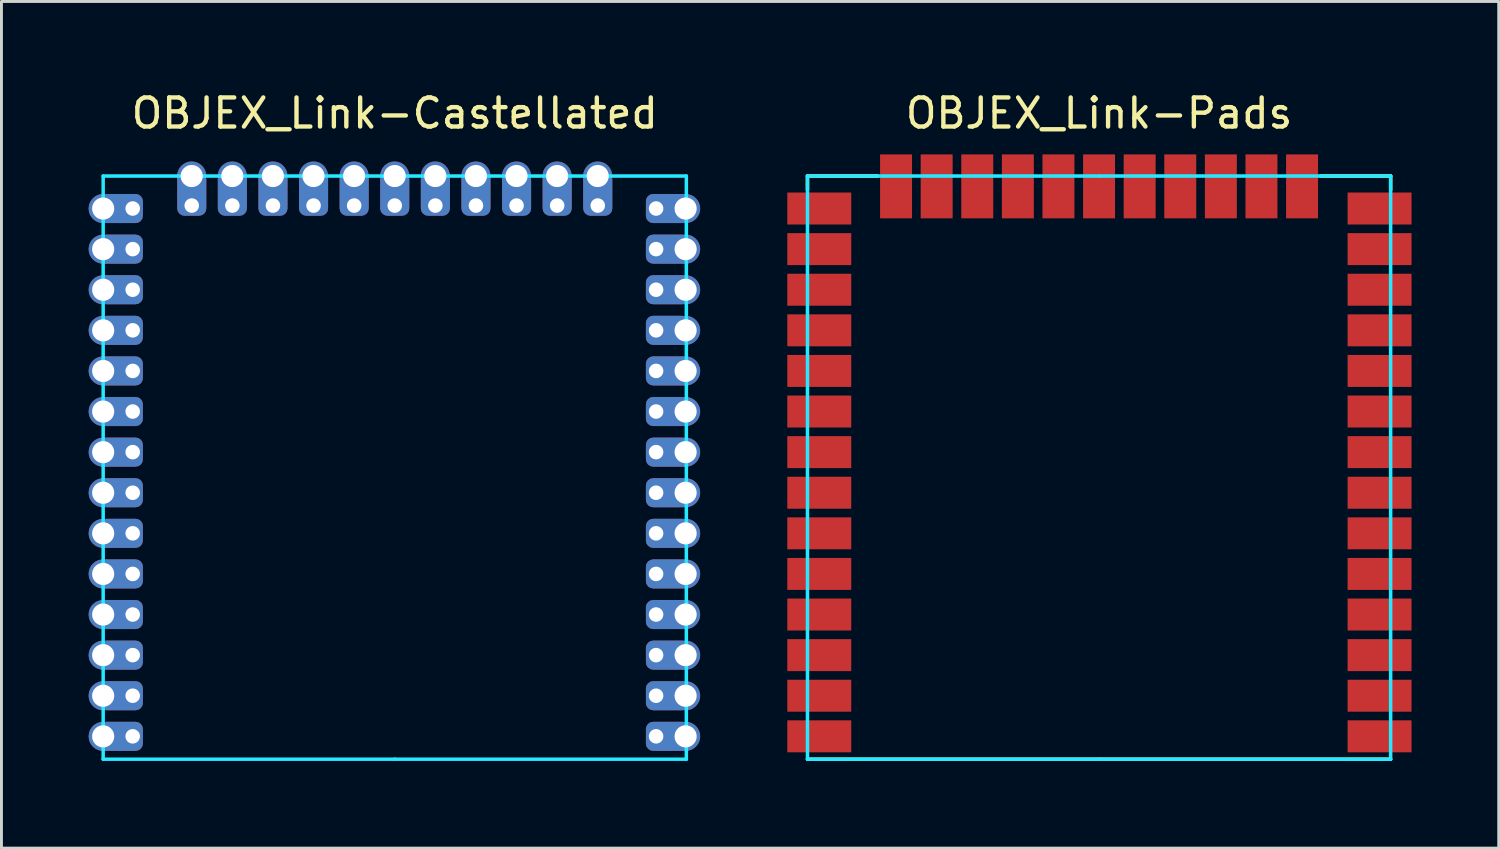
<source format=kicad_pcb>
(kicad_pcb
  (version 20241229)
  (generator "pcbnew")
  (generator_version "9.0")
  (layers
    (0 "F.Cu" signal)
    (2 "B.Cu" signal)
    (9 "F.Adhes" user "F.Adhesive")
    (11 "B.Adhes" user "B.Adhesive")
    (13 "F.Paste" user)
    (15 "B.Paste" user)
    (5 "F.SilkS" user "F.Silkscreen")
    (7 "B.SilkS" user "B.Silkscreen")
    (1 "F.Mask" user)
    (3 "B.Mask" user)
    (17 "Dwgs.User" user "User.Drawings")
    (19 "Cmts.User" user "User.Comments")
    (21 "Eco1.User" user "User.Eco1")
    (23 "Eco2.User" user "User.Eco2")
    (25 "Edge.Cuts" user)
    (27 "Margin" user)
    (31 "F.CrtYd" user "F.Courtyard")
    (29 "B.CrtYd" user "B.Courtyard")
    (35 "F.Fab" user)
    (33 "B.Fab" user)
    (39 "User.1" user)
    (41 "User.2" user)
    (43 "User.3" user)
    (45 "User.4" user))
  (footprint "OBJEX_Link-Castellated"
    (layer "F.Cu")
    (at 10.533 2.626)
    (property "Reference" "OBJEX_Link-Castellated" (at 0 -1.778 180) (layer "F.SilkS") (effects (font (size 1 1) (thickness 0.15))))
    (attr through_hole)
    (fp_line (start -10.033 0.381) (end -10.033 20.447) (stroke (width 0.12) (type solid)) (layer "B.CrtYd"))
    (fp_line (start -10.033 0.381) (end 0 0.381) (stroke (width 0.12) (type solid)) (layer "B.CrtYd"))
    (fp_line (start -10.033 20.447) (end 0 20.447) (stroke (width 0.12) (type solid)) (layer "B.CrtYd"))
    (fp_line (start 0 0.381) (end 10.033 0.381) (stroke (width 0.12) (type solid)) (layer "B.CrtYd"))
    (fp_line (start 0 20.447) (end 10.033 20.447) (stroke (width 0.12) (type solid)) (layer "B.CrtYd"))
    (fp_line (start 10.033 0.381) (end 10.033 20.447) (stroke (width 0.12) (type solid)) (layer "B.CrtYd"))
    (pad "1" thru_hole oval (at -10.033 19.661 180) (size 1 1) (drill 0.762) (layers "*.Cu" "*.Mask"))
    (pad "1" thru_hole roundrect (at -9.017 19.66 180) (size 1.5 1) (drill 0.5 (offset 0.4 0)) (layers "*.Cu" "*.Mask") (roundrect_rratio 0.25))
    (pad "2" thru_hole oval (at -10.033 18.264 180) (size 1 1) (drill 0.762) (layers "*.Cu" "*.Mask"))
    (pad "2" thru_hole roundrect (at -9.017 18.263 180) (size 1.5 1) (drill 0.5 (offset 0.4 0)) (layers "*.Cu" "*.Mask") (roundrect_rratio 0.25))
    (pad "3" thru_hole oval (at -10.033 16.867 180) (size 1 1) (drill 0.762) (layers "*.Cu" "*.Mask"))
    (pad "3" thru_hole roundrect (at -9.017 16.866 180) (size 1.5 1) (drill 0.5 (offset 0.4 0)) (layers "*.Cu" "*.Mask") (roundrect_rratio 0.25))
    (pad "4" thru_hole oval (at -10.033 15.47 180) (size 1 1) (drill 0.762) (layers "*.Cu" "*.Mask"))
    (pad "4" thru_hole roundrect (at -9.017 15.469 180) (size 1.5 1) (drill 0.5 (offset 0.4 0)) (layers "*.Cu" "*.Mask") (roundrect_rratio 0.25))
    (pad "5" thru_hole oval (at -10.033 14.073 180) (size 1 1) (drill 0.762) (layers "*.Cu" "*.Mask"))
    (pad "5" thru_hole roundrect (at -9.017 14.072 180) (size 1.5 1) (drill 0.5 (offset 0.4 0)) (layers "*.Cu" "*.Mask") (roundrect_rratio 0.25))
    (pad "6" thru_hole oval (at -10.033 12.676 180) (size 1 1) (drill 0.762) (layers "*.Cu" "*.Mask"))
    (pad "6" thru_hole roundrect (at -9.017 12.675 180) (size 1.5 1) (drill 0.5 (offset 0.4 0)) (layers "*.Cu" "*.Mask") (roundrect_rratio 0.25))
    (pad "7" thru_hole oval (at -10.033 11.279 180) (size 1 1) (drill 0.762) (layers "*.Cu" "*.Mask"))
    (pad "7" thru_hole roundrect (at -9.017 11.278 180) (size 1.5 1) (drill 0.5 (offset 0.4 0)) (layers "*.Cu" "*.Mask") (roundrect_rratio 0.25))
    (pad "8" thru_hole oval (at -10.033 9.882 180) (size 1 1) (drill 0.762) (layers "*.Cu" "*.Mask"))
    (pad "8" thru_hole roundrect (at -9.017 9.881 180) (size 1.5 1) (drill 0.5 (offset 0.4 0)) (layers "*.Cu" "*.Mask") (roundrect_rratio 0.25))
    (pad "9" thru_hole oval (at -10.033 8.485 180) (size 1 1) (drill 0.762) (layers "*.Cu" "*.Mask"))
    (pad "9" thru_hole roundrect (at -9.017 8.484 180) (size 1.5 1) (drill 0.5 (offset 0.4 0)) (layers "*.Cu" "*.Mask") (roundrect_rratio 0.25))
    (pad "10" thru_hole oval (at -10.033 7.088 180) (size 1 1) (drill 0.762) (layers "*.Cu" "*.Mask"))
    (pad "10" thru_hole roundrect (at -9.017 7.087 180) (size 1.5 1) (drill 0.5 (offset 0.4 0)) (layers "*.Cu" "*.Mask") (roundrect_rratio 0.25))
    (pad "11" thru_hole oval (at -10.033 5.691 180) (size 1 1) (drill 0.762) (layers "*.Cu" "*.Mask"))
    (pad "11" thru_hole roundrect (at -9.017 5.69 180) (size 1.5 1) (drill 0.5 (offset 0.4 0)) (layers "*.Cu" "*.Mask") (roundrect_rratio 0.25))
    (pad "12" thru_hole oval (at -10.033 4.294 180) (size 1 1) (drill 0.762) (layers "*.Cu" "*.Mask"))
    (pad "12" thru_hole roundrect (at -9.017 4.293 180) (size 1.5 1) (drill 0.5 (offset 0.4 0)) (layers "*.Cu" "*.Mask") (roundrect_rratio 0.25))
    (pad "13" thru_hole oval (at -10.033 2.897 180) (size 1 1) (drill 0.762) (layers "*.Cu" "*.Mask"))
    (pad "13" thru_hole roundrect (at -9.017 2.896 180) (size 1.5 1) (drill 0.5 (offset 0.4 0)) (layers "*.Cu" "*.Mask") (roundrect_rratio 0.25))
    (pad "14" thru_hole oval (at -10.033 1.5 180) (size 1 1) (drill 0.762) (layers "*.Cu" "*.Mask"))
    (pad "14" thru_hole roundrect (at -9.017 1.499 180) (size 1.5 1) (drill 0.5 (offset 0.4 0)) (layers "*.Cu" "*.Mask") (roundrect_rratio 0.25))
    (pad "15" thru_hole oval (at -6.987 0.381 90) (size 1 1) (drill 0.762) (layers "*.Cu" "*.Mask"))
    (pad "15" thru_hole roundrect (at -6.985 1.397 90) (size 1.5 1) (drill 0.5 (offset 0.4 0)) (layers "*.Cu" "*.Mask") (roundrect_rratio 0.25))
    (pad "16" thru_hole oval (at -5.59 0.381 90) (size 1 1) (drill 0.762) (layers "*.Cu" "*.Mask"))
    (pad "16" thru_hole roundrect (at -5.588 1.397 90) (size 1.5 1) (drill 0.5 (offset 0.4 0)) (layers "*.Cu" "*.Mask") (roundrect_rratio 0.25))
    (pad "17" thru_hole oval (at -4.193 0.381 90) (size 1 1) (drill 0.762) (layers "*.Cu" "*.Mask"))
    (pad "17" thru_hole roundrect (at -4.191 1.397 90) (size 1.5 1) (drill 0.5 (offset 0.4 0)) (layers "*.Cu" "*.Mask") (roundrect_rratio 0.25))
    (pad "18" thru_hole oval (at -2.796 0.381 90) (size 1 1) (drill 0.762) (layers "*.Cu" "*.Mask"))
    (pad "18" thru_hole roundrect (at -2.794 1.397 90) (size 1.5 1) (drill 0.5 (offset 0.4 0)) (layers "*.Cu" "*.Mask") (roundrect_rratio 0.25))
    (pad "19" thru_hole oval (at -1.399 0.381 90) (size 1 1) (drill 0.762) (layers "*.Cu" "*.Mask"))
    (pad "19" thru_hole roundrect (at -1.397 1.397 90) (size 1.5 1) (drill 0.5 (offset 0.4 0)) (layers "*.Cu" "*.Mask") (roundrect_rratio 0.25))
    (pad "20" thru_hole oval (at -0.002 0.381 90) (size 1 1) (drill 0.762) (layers "*.Cu" "*.Mask"))
    (pad "20" thru_hole roundrect (at 0 1.397 90) (size 1.5 1) (drill 0.5 (offset 0.4 0)) (layers "*.Cu" "*.Mask") (roundrect_rratio 0.25))
    (pad "21" thru_hole oval (at 1.395 0.381 90) (size 1 1) (drill 0.762) (layers "*.Cu" "*.Mask"))
    (pad "21" thru_hole roundrect (at 1.397 1.397 90) (size 1.5 1) (drill 0.5 (offset 0.4 0)) (layers "*.Cu" "*.Mask") (roundrect_rratio 0.25))
    (pad "22" thru_hole oval (at 2.792 0.381 90) (size 1 1) (drill 0.762) (layers "*.Cu" "*.Mask"))
    (pad "22" thru_hole roundrect (at 2.794 1.397 90) (size 1.5 1) (drill 0.5 (offset 0.4 0)) (layers "*.Cu" "*.Mask") (roundrect_rratio 0.25))
    (pad "23" thru_hole oval (at 4.189 0.381 90) (size 1 1) (drill 0.762) (layers "*.Cu" "*.Mask"))
    (pad "23" thru_hole roundrect (at 4.191 1.397 90) (size 1.5 1) (drill 0.5 (offset 0.4 0)) (layers "*.Cu" "*.Mask") (roundrect_rratio 0.25))
    (pad "24" thru_hole oval (at 5.586 0.381 90) (size 1 1) (drill 0.762) (layers "*.Cu" "*.Mask"))
    (pad "24" thru_hole roundrect (at 5.588 1.397 90) (size 1.5 1) (drill 0.5 (offset 0.4 0)) (layers "*.Cu" "*.Mask") (roundrect_rratio 0.25))
    (pad "25" thru_hole oval (at 6.983 0.381 90) (size 1 1) (drill 0.762) (layers "*.Cu" "*.Mask"))
    (pad "25" thru_hole roundrect (at 6.985 1.397 90) (size 1.5 1) (drill 0.5 (offset 0.4 0)) (layers "*.Cu" "*.Mask") (roundrect_rratio 0.25))
    (pad "26" thru_hole roundrect (at 8.992 1.499 180) (size 1.5 1) (drill 0.5 (offset -0.4 0)) (layers "*.Cu" "*.Mask") (roundrect_rratio 0.25))
    (pad "26" thru_hole oval (at 10.008 1.5 180) (size 1 1) (drill 0.762) (layers "*.Cu" "*.Mask"))
    (pad "27" thru_hole roundrect (at 8.992 2.896 180) (size 1.5 1) (drill 0.5 (offset -0.4 0)) (layers "*.Cu" "*.Mask") (roundrect_rratio 0.25))
    (pad "27" thru_hole oval (at 10.008 2.897 180) (size 1 1) (drill 0.762) (layers "*.Cu" "*.Mask"))
    (pad "28" thru_hole roundrect (at 8.992 4.293 180) (size 1.5 1) (drill 0.5 (offset -0.4 0)) (layers "*.Cu" "*.Mask") (roundrect_rratio 0.25))
    (pad "28" thru_hole oval (at 10.008 4.294 180) (size 1 1) (drill 0.762) (layers "*.Cu" "*.Mask"))
    (pad "29" thru_hole roundrect (at 8.992 5.69 180) (size 1.5 1) (drill 0.5 (offset -0.4 0)) (layers "*.Cu" "*.Mask") (roundrect_rratio 0.25))
    (pad "29" thru_hole oval (at 10.008 5.691 180) (size 1 1) (drill 0.762) (layers "*.Cu" "*.Mask"))
    (pad "30" thru_hole roundrect (at 8.992 7.087 180) (size 1.5 1) (drill 0.5 (offset -0.4 0)) (layers "*.Cu" "*.Mask") (roundrect_rratio 0.25))
    (pad "30" thru_hole oval (at 10.008 7.088 180) (size 1 1) (drill 0.762) (layers "*.Cu" "*.Mask"))
    (pad "31" thru_hole roundrect (at 8.992 8.484 180) (size 1.5 1) (drill 0.5 (offset -0.4 0)) (layers "*.Cu" "*.Mask") (roundrect_rratio 0.25))
    (pad "31" thru_hole oval (at 10.008 8.485 180) (size 1 1) (drill 0.762) (layers "*.Cu" "*.Mask"))
    (pad "32" thru_hole roundrect (at 8.992 9.881 180) (size 1.5 1) (drill 0.5 (offset -0.4 0)) (layers "*.Cu" "*.Mask") (roundrect_rratio 0.25))
    (pad "32" thru_hole oval (at 10.008 9.882 180) (size 1 1) (drill 0.762) (layers "*.Cu" "*.Mask"))
    (pad "33" thru_hole roundrect (at 8.992 11.278 180) (size 1.5 1) (drill 0.5 (offset -0.4 0)) (layers "*.Cu" "*.Mask") (roundrect_rratio 0.25))
    (pad "33" thru_hole oval (at 10.008 11.279 180) (size 1 1) (drill 0.762) (layers "*.Cu" "*.Mask"))
    (pad "34" thru_hole roundrect (at 8.992 12.675 180) (size 1.5 1) (drill 0.5 (offset -0.4 0)) (layers "*.Cu" "*.Mask") (roundrect_rratio 0.25))
    (pad "34" thru_hole oval (at 10.008 12.676 180) (size 1 1) (drill 0.762) (layers "*.Cu" "*.Mask"))
    (pad "35" thru_hole roundrect (at 8.992 14.072 180) (size 1.5 1) (drill 0.5 (offset -0.4 0)) (layers "*.Cu" "*.Mask") (roundrect_rratio 0.25))
    (pad "35" thru_hole oval (at 10.008 14.073 180) (size 1 1) (drill 0.762) (layers "*.Cu" "*.Mask"))
    (pad "36" thru_hole roundrect (at 8.992 15.469 180) (size 1.5 1) (drill 0.5 (offset -0.4 0)) (layers "*.Cu" "*.Mask") (roundrect_rratio 0.25))
    (pad "36" thru_hole oval (at 10.008 15.47 180) (size 1 1) (drill 0.762) (layers "*.Cu" "*.Mask"))
    (pad "37" thru_hole roundrect (at 8.992 16.866 180) (size 1.5 1) (drill 0.5 (offset -0.4 0)) (layers "*.Cu" "*.Mask") (roundrect_rratio 0.25))
    (pad "37" thru_hole oval (at 10.008 16.867 180) (size 1 1) (drill 0.762) (layers "*.Cu" "*.Mask"))
    (pad "38" thru_hole roundrect (at 8.992 18.263 180) (size 1.5 1) (drill 0.5 (offset -0.4 0)) (layers "*.Cu" "*.Mask") (roundrect_rratio 0.25))
    (pad "38" thru_hole oval (at 10.008 18.264 180) (size 1 1) (drill 0.762) (layers "*.Cu" "*.Mask"))
    (pad "39" thru_hole roundrect (at 8.992 19.66 180) (size 1.5 1) (drill 0.5 (offset -0.4 0)) (layers "*.Cu" "*.Mask") (roundrect_rratio 0.25))
    (pad "39" thru_hole oval (at 10.008 19.661 180) (size 1 1) (drill 0.762) (layers "*.Cu" "*.Mask")))
  (footprint "OBJEX_Link-Pads"
    (layer "F.Cu")
    (at 34.767 2.626)
    (property "Reference" "OBJEX_Link-Pads" (at 0 -1.778 180) (layer "F.SilkS") (effects (font (size 1 1) (thickness 0.15))))
    (attr through_hole)
    (fp_line (start -10.033 0.381) (end -10.033 0.864) (stroke (width 0.12) (type solid)) (layer "F.SilkS"))
    (fp_line (start -10.033 0.381) (end -7.62 0.381) (stroke (width 0.12) (type solid)) (layer "F.SilkS"))
    (fp_line (start -10.033 20.447) (end 10.033 20.447) (stroke (width 0.12) (type solid)) (layer "F.SilkS"))
    (fp_line (start 7.62 0.381) (end 10.033 0.381) (stroke (width 0.12) (type solid)) (layer "F.SilkS"))
    (fp_line (start 10.033 0.381) (end 10.033 0.864) (stroke (width 0.12) (type solid)) (layer "F.SilkS"))
    (fp_line (start -10.033 0.381) (end -10.033 20.447) (stroke (width 0.12) (type solid)) (layer "B.CrtYd"))
    (fp_line (start -10.033 0.381) (end 0 0.381) (stroke (width 0.12) (type solid)) (layer "B.CrtYd"))
    (fp_line (start -10.033 20.447) (end 0 20.447) (stroke (width 0.12) (type solid)) (layer "B.CrtYd"))
    (fp_line (start 0 0.381) (end 10.033 0.381) (stroke (width 0.12) (type solid)) (layer "B.CrtYd"))
    (fp_line (start 0 20.447) (end 10.033 20.447) (stroke (width 0.12) (type solid)) (layer "B.CrtYd"))
    (fp_line (start 10.033 0.381) (end 10.033 20.447) (stroke (width 0.12) (type solid)) (layer "B.CrtYd"))
    (pad "1" smd rect (at 9.652 19.66) (size 2.2 1.1) (layers "F.Cu" "F.Mask" "F.Paste"))
    (pad "2" smd rect (at 9.652 18.263) (size 2.2 1.1) (layers "F.Cu" "F.Mask" "F.Paste"))
    (pad "3" smd rect (at 9.652 16.866) (size 2.2 1.1) (layers "F.Cu" "F.Mask" "F.Paste"))
    (pad "4" smd rect (at 9.652 15.469) (size 2.2 1.1) (layers "F.Cu" "F.Mask" "F.Paste"))
    (pad "5" smd rect (at 9.652 14.072) (size 2.2 1.1) (layers "F.Cu" "F.Mask" "F.Paste"))
    (pad "6" smd rect (at 9.652 12.675) (size 2.2 1.1) (layers "F.Cu" "F.Mask" "F.Paste"))
    (pad "7" smd rect (at 9.652 11.278) (size 2.2 1.1) (layers "F.Cu" "F.Mask" "F.Paste"))
    (pad "8" smd rect (at 9.652 9.881) (size 2.2 1.1) (layers "F.Cu" "F.Mask" "F.Paste"))
    (pad "9" smd rect (at 9.652 8.484) (size 2.2 1.1) (layers "F.Cu" "F.Mask" "F.Paste"))
    (pad "10" smd rect (at 9.652 7.087) (size 2.2 1.1) (layers "F.Cu" "F.Mask" "F.Paste"))
    (pad "11" smd rect (at 9.652 5.69) (size 2.2 1.1) (layers "F.Cu" "F.Mask" "F.Paste"))
    (pad "12" smd rect (at 9.652 4.293) (size 2.2 1.1) (layers "F.Cu" "F.Mask" "F.Paste"))
    (pad "13" smd rect (at 9.652 2.896) (size 2.2 1.1) (layers "F.Cu" "F.Mask" "F.Paste"))
    (pad "14" smd rect (at 9.652 1.499) (size 2.2 1.1) (layers "F.Cu" "F.Mask" "F.Paste"))
    (pad "15" smd rect (at 6.985 0.737 90) (size 2.2 1.1) (layers "F.Cu" "F.Mask" "F.Paste"))
    (pad "16" smd rect (at 5.588 0.737 90) (size 2.2 1.1) (layers "F.Cu" "F.Mask" "F.Paste"))
    (pad "17" smd rect (at 4.191 0.737 90) (size 2.2 1.1) (layers "F.Cu" "F.Mask" "F.Paste"))
    (pad "18" smd rect (at 2.794 0.737 90) (size 2.2 1.1) (layers "F.Cu" "F.Mask" "F.Paste"))
    (pad "19" smd rect (at 1.397 0.737 90) (size 2.2 1.1) (layers "F.Cu" "F.Mask" "F.Paste"))
    (pad "20" smd rect (at 0 0.737 90) (size 2.2 1.1) (layers "F.Cu" "F.Mask" "F.Paste"))
    (pad "21" smd rect (at -1.397 0.737 90) (size 2.2 1.1) (layers "F.Cu" "F.Mask" "F.Paste"))
    (pad "22" smd rect (at -2.794 0.737 90) (size 2.2 1.1) (layers "F.Cu" "F.Mask" "F.Paste"))
    (pad "23" smd rect (at -4.191 0.737 90) (size 2.2 1.1) (layers "F.Cu" "F.Mask" "F.Paste"))
    (pad "24" smd rect (at -5.588 0.737 90) (size 2.2 1.1) (layers "F.Cu" "F.Mask" "F.Paste"))
    (pad "25" smd rect (at -6.985 0.737 90) (size 2.2 1.1) (layers "F.Cu" "F.Mask" "F.Paste"))
    (pad "26" smd rect (at -9.627 1.499) (size 2.2 1.1) (layers "F.Cu" "F.Mask" "F.Paste"))
    (pad "27" smd rect (at -9.627 2.896) (size 2.2 1.1) (layers "F.Cu" "F.Mask" "F.Paste"))
    (pad "28" smd rect (at -9.627 4.293) (size 2.2 1.1) (layers "F.Cu" "F.Mask" "F.Paste"))
    (pad "29" smd rect (at -9.627 5.69) (size 2.2 1.1) (layers "F.Cu" "F.Mask" "F.Paste"))
    (pad "30" smd rect (at -9.627 7.087) (size 2.2 1.1) (layers "F.Cu" "F.Mask" "F.Paste"))
    (pad "31" smd rect (at -9.627 8.484) (size 2.2 1.1) (layers "F.Cu" "F.Mask" "F.Paste"))
    (pad "32" smd rect (at -9.627 9.881) (size 2.2 1.1) (layers "F.Cu" "F.Mask" "F.Paste"))
    (pad "33" smd rect (at -9.627 11.278) (size 2.2 1.1) (layers "F.Cu" "F.Mask" "F.Paste"))
    (pad "34" smd rect (at -9.627 12.675) (size 2.2 1.1) (layers "F.Cu" "F.Mask" "F.Paste"))
    (pad "35" smd rect (at -9.627 14.072) (size 2.2 1.1) (layers "F.Cu" "F.Mask" "F.Paste"))
    (pad "36" smd rect (at -9.627 15.469) (size 2.2 1.1) (layers "F.Cu" "F.Mask" "F.Paste"))
    (pad "37" smd rect (at -9.627 16.866) (size 2.2 1.1) (layers "F.Cu" "F.Mask" "F.Paste"))
    (pad "38" smd rect (at -9.627 18.263) (size 2.2 1.1) (layers "F.Cu" "F.Mask" "F.Paste"))
    (pad "39" smd rect (at -9.627 19.66) (size 2.2 1.1) (layers "F.Cu" "F.Mask" "F.Paste")))
  (gr_rect
    (start -3 -3)
    (end 48.519 26.133)
    (stroke (width 0.1) (type default))
    (fill no)
    (layer "Edge.Cuts")))
</source>
